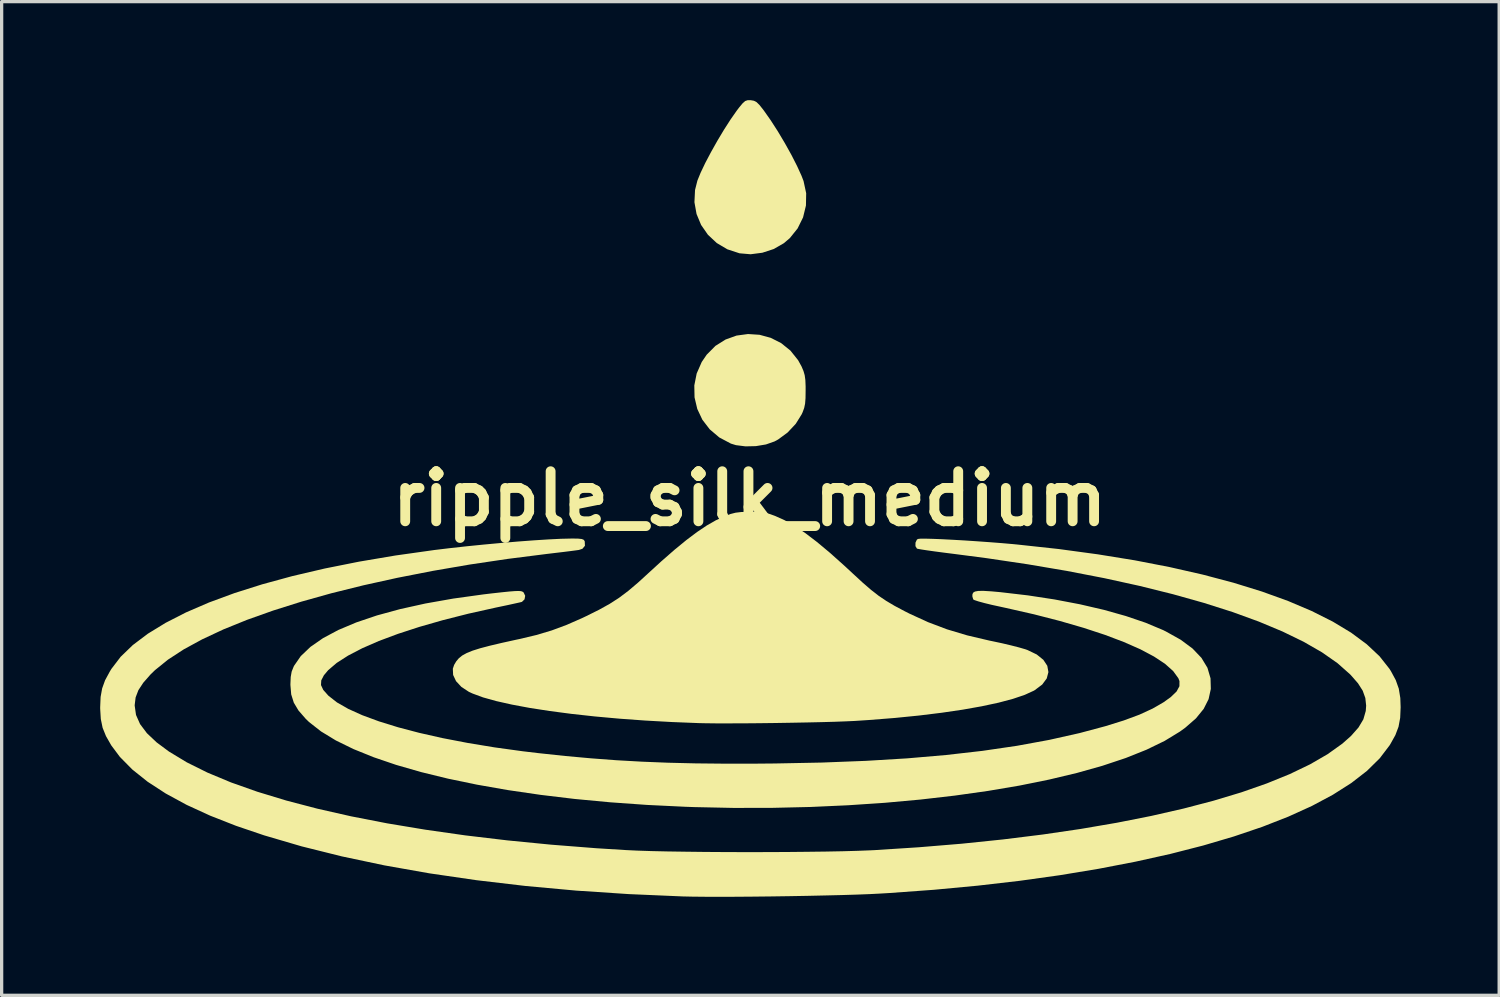
<source format=kicad_pcb>
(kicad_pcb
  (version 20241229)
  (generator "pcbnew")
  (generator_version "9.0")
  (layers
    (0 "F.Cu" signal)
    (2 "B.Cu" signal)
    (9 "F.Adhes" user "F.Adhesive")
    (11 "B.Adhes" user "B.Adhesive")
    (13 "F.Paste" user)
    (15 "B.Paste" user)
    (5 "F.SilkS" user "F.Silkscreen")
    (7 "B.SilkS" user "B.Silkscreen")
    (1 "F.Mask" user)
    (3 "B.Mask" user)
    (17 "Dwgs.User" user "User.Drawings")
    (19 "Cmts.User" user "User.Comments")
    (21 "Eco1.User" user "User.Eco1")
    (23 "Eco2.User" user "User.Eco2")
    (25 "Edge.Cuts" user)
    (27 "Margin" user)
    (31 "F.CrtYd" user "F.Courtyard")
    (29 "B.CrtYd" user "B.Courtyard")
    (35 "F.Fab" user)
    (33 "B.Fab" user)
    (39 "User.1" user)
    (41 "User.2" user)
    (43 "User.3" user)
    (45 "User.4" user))
  (footprint "ripple_silk_medium"
    (layer "F.Cu")
    (at 19.774 12.132)
    (property "Reference" "ripple_silk_medium" (at 0 0 0) (layer "F.SilkS") (effects (font (size 1.524 1.524) (thickness 0.3))))
    (attr board_only exclude_from_pos_files exclude_from_bom)
    (fp_poly (pts (xy 0.302 -4.989) (xy 0.643 -4.896) (xy 0.96 -4.735) (xy 1.241 -4.508) (xy 1.474 -4.217) (xy 1.58 -4.025) (xy 1.639 -3.886) (xy 1.676 -3.758) (xy 1.696 -3.613) (xy 1.704 -3.419) (xy 1.704 -3.292) (xy 1.701 -3.061) (xy 1.688 -2.893) (xy 1.66 -2.76) (xy 1.613 -2.632) (xy 1.584 -2.568) (xy 1.404 -2.279) (xy 1.157 -2.015) (xy 0.868 -1.802) (xy 0.758 -1.742) (xy 0.496 -1.65) (xy 0.189 -1.599) (xy -0.127 -1.592) (xy -0.418 -1.629) (xy -0.571 -1.676) (xy -0.924 -1.863) (xy -1.215 -2.11) (xy -1.44 -2.403) (xy -1.595 -2.732) (xy -1.678 -3.084) (xy -1.685 -3.447) (xy -1.613 -3.81) (xy -1.459 -4.161) (xy -1.308 -4.383) (xy -1.041 -4.652) (xy -0.733 -4.845) (xy -0.399 -4.965) (xy -0.05 -5.012)) (stroke (width 0) (type solid)) (fill yes) (layer "F.SilkS"))
    (fp_poly (pts (xy 0.037 -12.131) (xy 0.131 -12.114) (xy 0.211 -12.072) (xy 0.297 -11.988) (xy 0.411 -11.845) (xy 0.435 -11.813) (xy 0.643 -11.517) (xy 0.86 -11.18) (xy 1.073 -10.822) (xy 1.272 -10.465) (xy 1.444 -10.127) (xy 1.579 -9.831) (xy 1.641 -9.67) (xy 1.721 -9.299) (xy 1.714 -8.925) (xy 1.626 -8.563) (xy 1.46 -8.227) (xy 1.223 -7.932) (xy 1.039 -7.776) (xy 0.732 -7.6) (xy 0.386 -7.487) (xy 0.029 -7.441) (xy -0.308 -7.47) (xy -0.68 -7.592) (xy -1.003 -7.784) (xy -1.271 -8.035) (xy -1.478 -8.333) (xy -1.617 -8.667) (xy -1.681 -9.025) (xy -1.663 -9.397) (xy -1.591 -9.683) (xy -1.493 -9.923) (xy -1.352 -10.219) (xy -1.178 -10.549) (xy -0.984 -10.894) (xy -0.781 -11.233) (xy -0.58 -11.546) (xy -0.393 -11.813) (xy -0.323 -11.906) (xy -0.215 -12.036) (xy -0.136 -12.106) (xy -0.059 -12.132)) (stroke (width 0) (type solid)) (fill yes) (layer "F.SilkS"))
    (fp_poly (pts (xy 0.233 0.403) (xy 0.411 0.419) (xy 0.57 0.454) (xy 0.747 0.516) (xy 0.783 0.53) (xy 1.065 0.657) (xy 1.365 0.827) (xy 1.689 1.045) (xy 2.045 1.316) (xy 2.441 1.646) (xy 2.883 2.041) (xy 3.152 2.29) (xy 3.445 2.56) (xy 3.696 2.777) (xy 3.927 2.957) (xy 4.16 3.114) (xy 4.415 3.265) (xy 4.716 3.425) (xy 4.866 3.501) (xy 5.431 3.76) (xy 6.007 3.978) (xy 6.621 4.162) (xy 7.297 4.321) (xy 7.404 4.343) (xy 7.685 4.403) (xy 7.96 4.468) (xy 8.206 4.531) (xy 8.395 4.586) (xy 8.455 4.607) (xy 8.74 4.744) (xy 8.942 4.907) (xy 9.062 5.089) (xy 9.096 5.281) (xy 9.045 5.474) (xy 8.907 5.66) (xy 8.679 5.831) (xy 8.652 5.847) (xy 8.379 5.972) (xy 8.02 6.094) (xy 7.581 6.211) (xy 7.068 6.321) (xy 6.489 6.424) (xy 5.85 6.518) (xy 5.158 6.603) (xy 4.419 6.677) (xy 3.64 6.739) (xy 3.198 6.768) (xy 2.934 6.78) (xy 2.592 6.793) (xy 2.189 6.804) (xy 1.74 6.814) (xy 1.261 6.823) (xy 0.768 6.831) (xy 0.277 6.837) (xy -0.196 6.841) (xy -0.636 6.842) (xy -1.025 6.842) (xy -1.35 6.838) (xy -1.541 6.834) (xy -2.37 6.801) (xy -3.179 6.756) (xy -3.963 6.699) (xy -4.713 6.631) (xy -5.423 6.553) (xy -6.085 6.466) (xy -6.693 6.372) (xy -7.239 6.27) (xy -7.716 6.163) (xy -8.117 6.051) (xy -8.434 5.934) (xy -8.546 5.883) (xy -8.776 5.732) (xy -8.939 5.557) (xy -9.028 5.368) (xy -9.037 5.178) (xy -8.997 5.06) (xy -8.933 4.953) (xy -8.855 4.86) (xy -8.753 4.777) (xy -8.617 4.702) (xy -8.439 4.629) (xy -8.208 4.556) (xy -7.916 4.479) (xy -7.553 4.393) (xy -7.109 4.295) (xy -7.004 4.273) (xy -6.492 4.151) (xy -6.026 4.012) (xy -5.569 3.842) (xy -5.085 3.629) (xy -4.97 3.574) (xy -4.586 3.383) (xy -4.262 3.203) (xy -3.972 3.016) (xy -3.692 2.805) (xy -3.395 2.553) (xy -3.152 2.331) (xy -2.693 1.911) (xy -2.287 1.556) (xy -1.926 1.26) (xy -1.602 1.016) (xy -1.307 0.818) (xy -1.033 0.661) (xy -0.772 0.539) (xy -0.763 0.535) (xy -0.586 0.468) (xy -0.429 0.428) (xy -0.255 0.407) (xy -0.028 0.4) (xy 0 0.4)) (stroke (width 0) (type solid)) (fill yes) (layer "F.SilkS"))
    (fp_poly (pts (xy 7.358 2.822) (xy 7.634 2.847) (xy 8.472 2.945) (xy 9.284 3.069) (xy 10.059 3.217) (xy 10.787 3.386) (xy 11.455 3.574) (xy 12.055 3.778) (xy 12.575 3.996) (xy 12.668 4.041) (xy 13.121 4.294) (xy 13.483 4.562) (xy 13.755 4.847) (xy 13.938 5.149) (xy 14.032 5.47) (xy 14.041 5.793) (xy 13.973 6.104) (xy 13.823 6.401) (xy 13.589 6.689) (xy 13.266 6.971) (xy 13.098 7.093) (xy 12.634 7.376) (xy 12.082 7.644) (xy 11.449 7.897) (xy 10.741 8.133) (xy 9.962 8.352) (xy 9.118 8.553) (xy 8.215 8.736) (xy 7.258 8.898) (xy 6.252 9.04) (xy 5.204 9.161) (xy 4.118 9.26) (xy 3 9.335) (xy 1.856 9.387) (xy 0.691 9.414) (xy -0.489 9.416) (xy -1.68 9.391) (xy -1.961 9.381) (xy -3.12 9.325) (xy -4.244 9.245) (xy -5.328 9.143) (xy -6.368 9.018) (xy -7.361 8.873) (xy -8.301 8.708) (xy -9.184 8.525) (xy -10.006 8.324) (xy -10.763 8.106) (xy -11.45 7.872) (xy -12.063 7.624) (xy -12.598 7.362) (xy -13.05 7.087) (xy -13.415 6.801) (xy -13.519 6.7) (xy -13.737 6.449) (xy -13.879 6.211) (xy -13.958 5.96) (xy -13.982 5.673) (xy -13.982 5.65) (xy -13.973 5.43) (xy -13.944 5.266) (xy -13.885 5.118) (xy -13.871 5.089) (xy -13.666 4.793) (xy -13.371 4.512) (xy -12.989 4.247) (xy -12.524 3.999) (xy -11.976 3.768) (xy -11.349 3.556) (xy -10.646 3.364) (xy -9.87 3.192) (xy -9.022 3.042) (xy -8.106 2.915) (xy -7.863 2.886) (xy -7.549 2.851) (xy -7.314 2.827) (xy -7.146 2.814) (xy -7.032 2.811) (xy -6.958 2.817) (xy -6.911 2.834) (xy -6.881 2.857) (xy -6.834 2.958) (xy -6.854 3.066) (xy -6.931 3.141) (xy -6.948 3.147) (xy -7.02 3.164) (xy -7.165 3.196) (xy -7.365 3.24) (xy -7.603 3.29) (xy -7.727 3.316) (xy -8.562 3.502) (xy -9.339 3.699) (xy -10.055 3.904) (xy -10.706 4.116) (xy -11.287 4.333) (xy -11.794 4.554) (xy -12.223 4.777) (xy -12.571 5) (xy -12.832 5.222) (xy -12.963 5.378) (xy -13.043 5.533) (xy -13.051 5.676) (xy -12.982 5.823) (xy -12.832 5.992) (xy -12.823 6.001) (xy -12.566 6.203) (xy -12.22 6.401) (xy -11.792 6.594) (xy -11.285 6.781) (xy -10.707 6.96) (xy -10.061 7.13) (xy -9.353 7.29) (xy -8.588 7.437) (xy -7.772 7.572) (xy -6.909 7.691) (xy -6.42 7.749) (xy -5.613 7.835) (xy -4.831 7.906) (xy -4.059 7.964) (xy -3.28 8.008) (xy -2.48 8.04) (xy -1.642 8.06) (xy -0.751 8.069) (xy 0.209 8.068) (xy 0.77 8.063) (xy 2.197 8.035) (xy 3.538 7.983) (xy 4.798 7.907) (xy 5.981 7.805) (xy 7.092 7.678) (xy 8.137 7.525) (xy 9.119 7.345) (xy 10.043 7.138) (xy 10.832 6.927) (xy 11.391 6.753) (xy 11.866 6.577) (xy 12.266 6.393) (xy 12.602 6.199) (xy 12.822 6.041) (xy 12.998 5.871) (xy 13.085 5.711) (xy 13.086 5.553) (xy 13.052 5.467) (xy 12.894 5.249) (xy 12.646 5.028) (xy 12.311 4.807) (xy 11.893 4.585) (xy 11.393 4.365) (xy 10.817 4.147) (xy 10.166 3.933) (xy 9.444 3.724) (xy 8.655 3.521) (xy 7.801 3.327) (xy 7.636 3.291) (xy 7.374 3.234) (xy 7.145 3.178) (xy 6.963 3.128) (xy 6.845 3.089) (xy 6.807 3.068) (xy 6.781 2.977) (xy 6.782 2.918) (xy 6.803 2.864) (xy 6.86 2.828) (xy 6.964 2.809) (xy 7.126 2.808)) (stroke (width 0) (type solid)) (fill yes) (layer "F.SilkS"))
    (fp_poly (pts (xy -5.222 1.217) (xy -5.11 1.229) (xy -5.05 1.254) (xy -5.022 1.298) (xy -5.021 1.301) (xy -5.015 1.435) (xy -5.091 1.526) (xy -5.199 1.562) (xy -5.293 1.575) (xy -5.461 1.597) (xy -5.685 1.625) (xy -5.946 1.656) (xy -6.163 1.682) (xy -7.364 1.834) (xy -8.528 2.007) (xy -9.651 2.2) (xy -10.729 2.411) (xy -11.758 2.638) (xy -12.734 2.88) (xy -13.652 3.137) (xy -14.508 3.407) (xy -15.298 3.688) (xy -16.017 3.979) (xy -16.662 4.28) (xy -17.228 4.588) (xy -17.71 4.902) (xy -18.106 5.222) (xy -18.241 5.353) (xy -18.462 5.605) (xy -18.611 5.832) (xy -18.695 6.052) (xy -18.723 6.283) (xy -18.723 6.303) (xy -18.683 6.585) (xy -18.56 6.863) (xy -18.352 7.14) (xy -18.056 7.42) (xy -17.682 7.698) (xy -17.139 8.027) (xy -16.507 8.341) (xy -15.79 8.64) (xy -14.99 8.923) (xy -14.112 9.19) (xy -13.158 9.44) (xy -12.133 9.672) (xy -11.039 9.885) (xy -9.879 10.078) (xy -8.658 10.252) (xy -7.379 10.404) (xy -6.045 10.535) (xy -4.659 10.644) (xy -3.759 10.7) (xy -3.416 10.716) (xy -2.993 10.73) (xy -2.502 10.741) (xy -1.957 10.749) (xy -1.369 10.756) (xy -0.753 10.76) (xy -0.121 10.762) (xy 0.515 10.761) (xy 1.141 10.758) (xy 1.745 10.752) (xy 2.314 10.745) (xy 2.834 10.735) (xy 3.293 10.722) (xy 3.678 10.707) (xy 3.805 10.701) (xy 5.15 10.614) (xy 6.453 10.506) (xy 7.711 10.376) (xy 8.921 10.226) (xy 10.079 10.056) (xy 11.182 9.867) (xy 12.227 9.66) (xy 13.209 9.436) (xy 14.125 9.196) (xy 14.972 8.941) (xy 15.746 8.67) (xy 16.444 8.386) (xy 17.062 8.089) (xy 17.596 7.78) (xy 18.044 7.46) (xy 18.308 7.226) (xy 18.537 6.967) (xy 18.685 6.719) (xy 18.758 6.465) (xy 18.77 6.303) (xy 18.745 6.069) (xy 18.665 5.847) (xy 18.521 5.621) (xy 18.304 5.373) (xy 18.276 5.344) (xy 17.895 5.007) (xy 17.424 4.678) (xy 16.866 4.357) (xy 16.224 4.045) (xy 15.502 3.743) (xy 14.703 3.452) (xy 13.83 3.174) (xy 12.886 2.909) (xy 11.874 2.657) (xy 10.798 2.421) (xy 9.661 2.201) (xy 8.465 1.998) (xy 7.215 1.812) (xy 6.225 1.683) (xy 5.916 1.644) (xy 5.637 1.607) (xy 5.402 1.574) (xy 5.224 1.547) (xy 5.117 1.527) (xy 5.093 1.52) (xy 5.048 1.446) (xy 5.049 1.34) (xy 5.09 1.251) (xy 5.123 1.227) (xy 5.197 1.219) (xy 5.353 1.218) (xy 5.577 1.224) (xy 5.857 1.235) (xy 6.18 1.252) (xy 6.535 1.272) (xy 6.909 1.297) (xy 7.289 1.324) (xy 7.663 1.353) (xy 8.02 1.384) (xy 8.171 1.399) (xy 9.413 1.534) (xy 10.6 1.695) (xy 11.728 1.878) (xy 12.795 2.085) (xy 13.798 2.313) (xy 14.734 2.561) (xy 15.6 2.829) (xy 16.394 3.116) (xy 17.112 3.421) (xy 17.753 3.743) (xy 18.312 4.08) (xy 18.788 4.433) (xy 19.178 4.799) (xy 19.478 5.179) (xy 19.525 5.253) (xy 19.672 5.526) (xy 19.764 5.786) (xy 19.81 6.069) (xy 19.82 6.35) (xy 19.806 6.674) (xy 19.756 6.944) (xy 19.66 7.199) (xy 19.506 7.475) (xy 19.483 7.512) (xy 19.183 7.906) (xy 18.794 8.289) (xy 18.318 8.658) (xy 17.758 9.014) (xy 17.118 9.356) (xy 16.4 9.682) (xy 15.608 9.992) (xy 14.743 10.285) (xy 13.811 10.56) (xy 12.812 10.816) (xy 11.751 11.052) (xy 10.631 11.268) (xy 9.454 11.463) (xy 8.224 11.635) (xy 6.943 11.783) (xy 5.614 11.908) (xy 4.241 12.008) (xy 3.969 12.024) (xy 3.654 12.04) (xy 3.262 12.055) (xy 2.807 12.069) (xy 2.303 12.081) (xy 1.765 12.093) (xy 1.207 12.103) (xy 0.643 12.111) (xy 0.088 12.117) (xy -0.444 12.121) (xy -0.938 12.122) (xy -1.381 12.121) (xy -1.758 12.117) (xy -2.031 12.111) (xy -3.677 12.04) (xy -5.278 11.934) (xy -6.827 11.792) (xy -8.321 11.616) (xy -9.754 11.407) (xy -11.122 11.165) (xy -12.419 10.891) (xy -13.641 10.586) (xy -14.783 10.251) (xy -15.635 9.962) (xy -16.427 9.651) (xy -17.142 9.323) (xy -17.777 8.978) (xy -18.329 8.619) (xy -18.795 8.247) (xy -19.174 7.863) (xy -19.436 7.512) (xy -19.597 7.231) (xy -19.7 6.976) (xy -19.755 6.709) (xy -19.774 6.394) (xy -19.774 6.35) (xy -19.761 6.038) (xy -19.714 5.777) (xy -19.625 5.53) (xy -19.481 5.264) (xy -19.432 5.183) (xy -19.151 4.815) (xy -18.781 4.458) (xy -18.324 4.113) (xy -17.782 3.781) (xy -17.16 3.463) (xy -16.46 3.161) (xy -15.684 2.875) (xy -14.837 2.607) (xy -13.92 2.357) (xy -12.937 2.127) (xy -11.891 1.918) (xy -10.785 1.731) (xy -9.621 1.567) (xy -9.618 1.566) (xy -9.136 1.508) (xy -8.623 1.451) (xy -8.094 1.398) (xy -7.565 1.349) (xy -7.05 1.305) (xy -6.566 1.269) (xy -6.126 1.241) (xy -5.747 1.222) (xy -5.443 1.215) (xy -5.408 1.214)) (stroke (width 0) (type solid)) (fill yes) (layer "F.SilkS")))
  (gr_rect
    (start -3 -3)
    (end 42.594 27.254)
    (stroke (width 0.1) (type default))
    (fill no)
    (layer "Edge.Cuts")))
</source>
